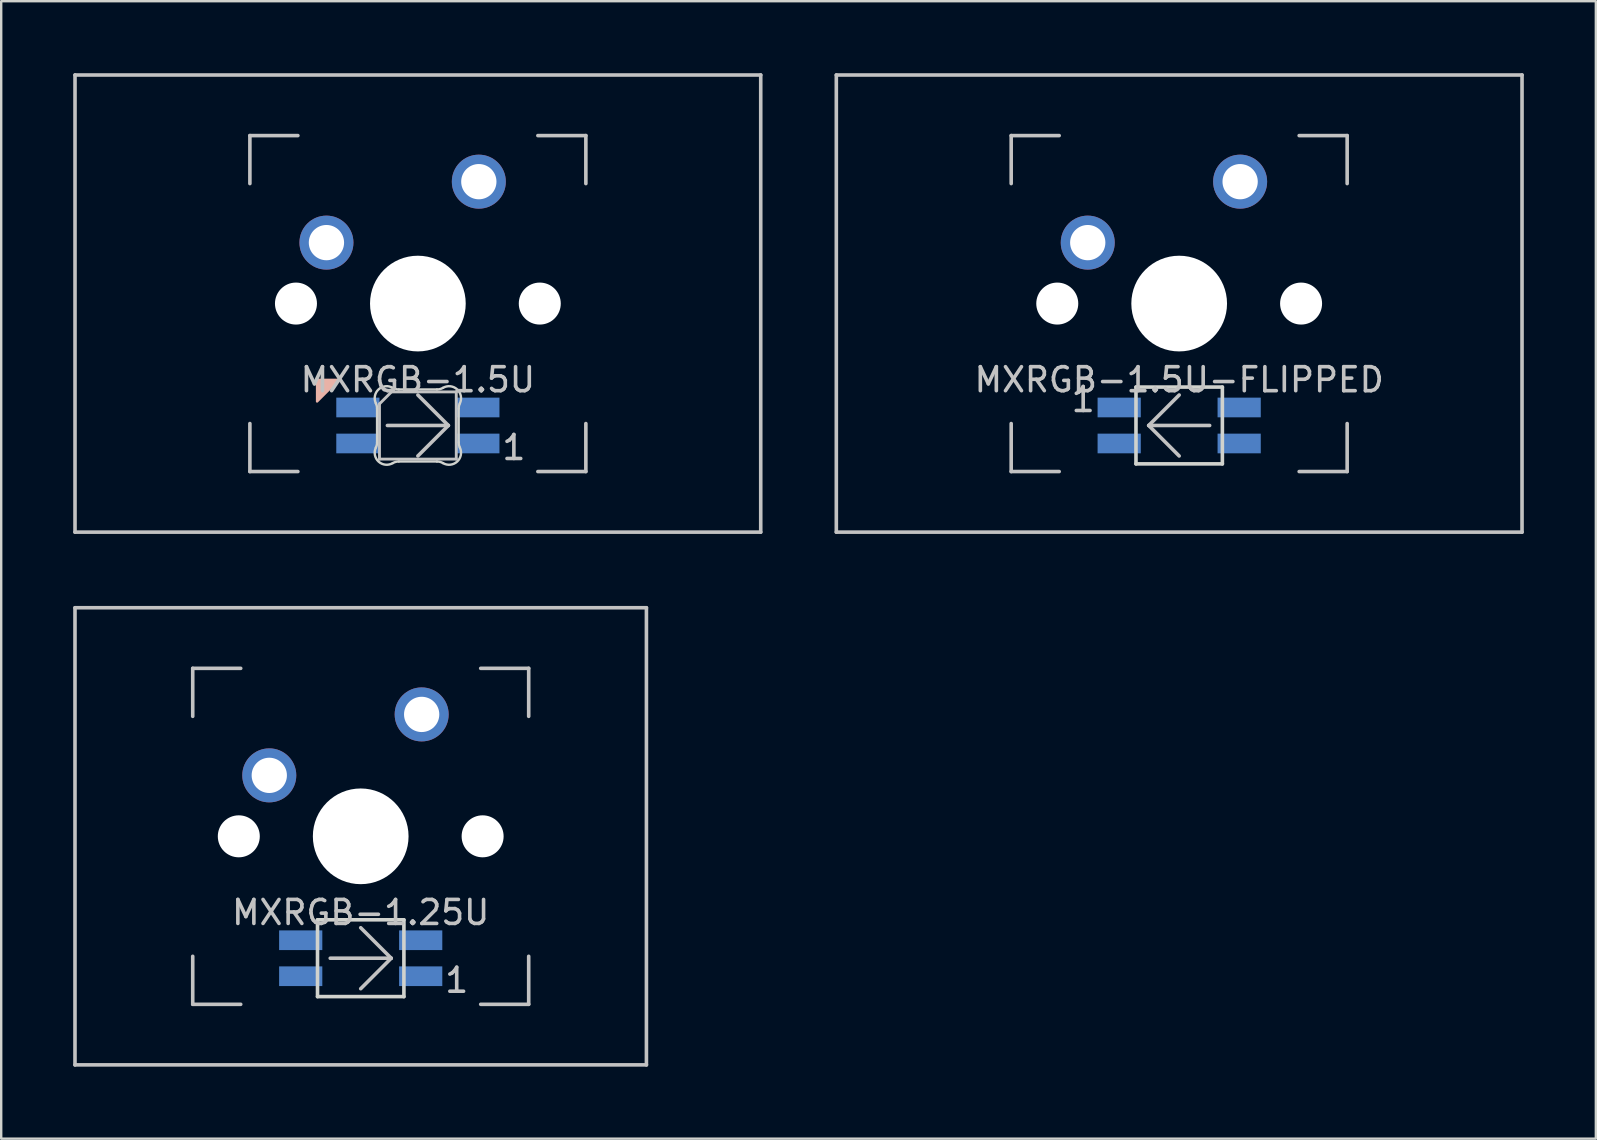
<source format=kicad_pcb>
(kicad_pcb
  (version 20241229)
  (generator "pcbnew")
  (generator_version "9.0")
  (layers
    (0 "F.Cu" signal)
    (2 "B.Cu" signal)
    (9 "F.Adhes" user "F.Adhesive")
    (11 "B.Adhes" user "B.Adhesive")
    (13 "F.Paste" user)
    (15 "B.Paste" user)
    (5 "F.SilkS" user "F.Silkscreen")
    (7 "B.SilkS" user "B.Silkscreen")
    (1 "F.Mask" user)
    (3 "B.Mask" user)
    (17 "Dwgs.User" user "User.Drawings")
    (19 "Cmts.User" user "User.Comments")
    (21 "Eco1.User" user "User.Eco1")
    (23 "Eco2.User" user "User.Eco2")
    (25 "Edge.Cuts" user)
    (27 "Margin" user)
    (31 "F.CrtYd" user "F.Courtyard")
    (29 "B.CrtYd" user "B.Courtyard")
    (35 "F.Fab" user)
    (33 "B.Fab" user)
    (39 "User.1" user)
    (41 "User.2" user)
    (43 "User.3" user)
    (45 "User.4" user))
  (footprint "MXRGB-1.25U"
    (layer "F.Cu")
    (at 11.981 31.8)
    (property "Reference" "MXRGB-1.25U" (at 0 3.175 0) (layer "Dwgs.User") (effects (font (size 1 1) (thickness 0.15))))
    (attr through_hole)
    (fp_line (start -11.906 -9.525) (end 11.906 -9.525) (stroke (width 0.15) (type solid)) (layer "Dwgs.User"))
    (fp_line (start -11.906 9.525) (end -11.906 -9.525) (stroke (width 0.15) (type solid)) (layer "Dwgs.User"))
    (fp_line (start -11.906 9.525) (end 11.906 9.525) (stroke (width 0.15) (type solid)) (layer "Dwgs.User"))
    (fp_line (start -7 -7) (end -7 -5) (stroke (width 0.15) (type solid)) (layer "Dwgs.User"))
    (fp_line (start -7 5) (end -7 7) (stroke (width 0.15) (type solid)) (layer "Dwgs.User"))
    (fp_line (start -7 7) (end -5 7) (stroke (width 0.15) (type solid)) (layer "Dwgs.User"))
    (fp_line (start -5 -7) (end -7 -7) (stroke (width 0.15) (type solid)) (layer "Dwgs.User"))
    (fp_line (start -1.27 5.08) (end 1.27 5.08) (stroke (width 0.15) (type solid)) (layer "Dwgs.User"))
    (fp_line (start 1.27 5.08) (end 0 3.81) (stroke (width 0.15) (type solid)) (layer "Dwgs.User"))
    (fp_line (start 1.27 5.08) (end 0 6.35) (stroke (width 0.15) (type solid)) (layer "Dwgs.User"))
    (fp_line (start 5 -7) (end 7 -7) (stroke (width 0.15) (type solid)) (layer "Dwgs.User"))
    (fp_line (start 5 7) (end 7 7) (stroke (width 0.15) (type solid)) (layer "Dwgs.User"))
    (fp_line (start 7 -7) (end 7 -5) (stroke (width 0.15) (type solid)) (layer "Dwgs.User"))
    (fp_line (start 7 7) (end 7 5) (stroke (width 0.15) (type solid)) (layer "Dwgs.User"))
    (fp_line (start 11.906 -9.525) (end 11.906 9.525) (stroke (width 0.15) (type solid)) (layer "Dwgs.User"))
    (fp_line (start -1.8 3.48) (end -1.8 6.68) (stroke (width 0.15) (type solid)) (layer "Edge.Cuts"))
    (fp_line (start -1.8 3.48) (end 1.8 3.48) (stroke (width 0.15) (type solid)) (layer "Edge.Cuts"))
    (fp_line (start 1.8 3.48) (end 1.8 6.68) (stroke (width 0.15) (type solid)) (layer "Edge.Cuts"))
    (fp_line (start 1.8 6.68) (end -1.8 6.68) (stroke (width 0.15) (type solid)) (layer "Edge.Cuts"))
    (fp_text user "1" (at 4 6 0) (layer "Dwgs.User") (effects (font (size 1 1) (thickness 0.15))))
    (pad "" np_thru_hole circle (at -5.08 0 48.1) (size 1.75 1.75) (drill 1.75) (layers "*.Cu" "*.Mask"))
    (pad "" np_thru_hole circle (at 0 0) (size 3.988 3.988) (drill 3.988) (layers "*.Cu" "*.Mask"))
    (pad "" np_thru_hole circle (at 5.08 0 48.1) (size 1.75 1.75) (drill 1.75) (layers "*.Cu" "*.Mask"))
    (pad "1" thru_hole circle (at -3.81 -2.54) (size 2.25 2.25) (drill 1.47) (layers "*.Cu" "B.Mask"))
    (pad "2" thru_hole circle (at 2.54 -5.08) (size 2.25 2.25) (drill 1.47) (layers "*.Cu" "B.Mask"))
    (pad "3" smd rect (at 2.5 5.83) (size 1.8 0.82) (layers "B.Cu" "B.Mask" "B.Paste"))
    (pad "4" smd rect (at 2.5 4.33) (size 1.8 0.82) (layers "B.Cu" "B.Mask" "B.Paste"))
    (pad "5" smd rect (at -2.5 4.33) (size 1.8 0.82) (layers "B.Cu" "B.Mask" "B.Paste"))
    (pad "6" smd rect (at -2.5 5.83) (size 1.8 0.82) (layers "B.Cu" "B.Mask" "B.Paste")))
  (footprint "MXRGB-1.5U"
    (layer "F.Cu")
    (at 14.363 9.6)
    (property "Reference" "MXRGB-1.5U" (at 0 3.175 0) (layer "Dwgs.User") (effects (font (size 1 1) (thickness 0.15))))
    (attr through_hole)
    (fp_poly (pts (xy -4.2 4.08) (xy -3.3 3.18) (xy -4.2 3.18)) (stroke (width 0.1) (type solid)) (fill yes) (layer "B.SilkS"))
    (fp_line (start -14.287 -9.525) (end 14.287 -9.525) (stroke (width 0.15) (type solid)) (layer "Dwgs.User"))
    (fp_line (start -14.287 9.525) (end -14.287 -9.525) (stroke (width 0.15) (type solid)) (layer "Dwgs.User"))
    (fp_line (start -14.287 9.525) (end 14.287 9.525) (stroke (width 0.15) (type solid)) (layer "Dwgs.User"))
    (fp_line (start -7 -7) (end -7 -5) (stroke (width 0.15) (type solid)) (layer "Dwgs.User"))
    (fp_line (start -7 5) (end -7 7) (stroke (width 0.15) (type solid)) (layer "Dwgs.User"))
    (fp_line (start -7 7) (end -5 7) (stroke (width 0.15) (type solid)) (layer "Dwgs.User"))
    (fp_line (start -5 -7) (end -7 -7) (stroke (width 0.15) (type solid)) (layer "Dwgs.User"))
    (fp_line (start -1.6 4.18) (end -1.6 6.48) (stroke (width 0.12) (type solid)) (layer "Dwgs.User"))
    (fp_line (start -1.6 4.18) (end -1.1 3.68) (stroke (width 0.12) (type solid)) (layer "Dwgs.User"))
    (fp_line (start -1.6 6.48) (end 1.6 6.48) (stroke (width 0.12) (type solid)) (layer "Dwgs.User"))
    (fp_line (start -1.27 5.08) (end 1.27 5.08) (stroke (width 0.15) (type solid)) (layer "Dwgs.User"))
    (fp_line (start 1.27 5.08) (end 0 3.81) (stroke (width 0.15) (type solid)) (layer "Dwgs.User"))
    (fp_line (start 1.27 5.08) (end 0 6.35) (stroke (width 0.15) (type solid)) (layer "Dwgs.User"))
    (fp_line (start 1.6 3.68) (end -1.1 3.68) (stroke (width 0.12) (type solid)) (layer "Dwgs.User"))
    (fp_line (start 1.6 6.48) (end 1.6 3.68) (stroke (width 0.12) (type solid)) (layer "Dwgs.User"))
    (fp_line (start 5 -7) (end 7 -7) (stroke (width 0.15) (type solid)) (layer "Dwgs.User"))
    (fp_line (start 5 7) (end 7 7) (stroke (width 0.15) (type solid)) (layer "Dwgs.User"))
    (fp_line (start 7 -7) (end 7 -5) (stroke (width 0.15) (type solid)) (layer "Dwgs.User"))
    (fp_line (start 7 7) (end 7 5) (stroke (width 0.15) (type solid)) (layer "Dwgs.User"))
    (fp_line (start 14.287 -9.525) (end 14.287 9.525) (stroke (width 0.15) (type solid)) (layer "Dwgs.User"))
    (fp_line (start -1.7 5.783) (end -1.7 4.377) (stroke (width 0.1) (type solid)) (layer "Edge.Cuts"))
    (fp_line (start -0.794 3.58) (end 0.794 3.58) (stroke (width 0.1) (type solid)) (layer "Edge.Cuts"))
    (fp_line (start 0.794 6.58) (end -0.794 6.58) (stroke (width 0.1) (type solid)) (layer "Edge.Cuts"))
    (fp_line (start 1.7 4.377) (end 1.7 5.783) (stroke (width 0.1) (type solid)) (layer "Edge.Cuts"))
    (fp_arc (start -1.749484 4.160281) (mid -1.712527 4.265933) (end -1.699999 4.377159) (stroke (width 0.1) (type solid)) (layer "Edge.Cuts"))
    (fp_arc (start -1.749484 4.160282) (mid -1.638072 3.575966) (end -1.046711 3.511702) (stroke (width 0.1) (type solid)) (layer "Edge.Cuts"))
    (fp_arc (start -1.699999 5.782844) (mid -1.712527 5.894069) (end -1.749484 5.999721) (stroke (width 0.1) (type solid)) (layer "Edge.Cuts"))
    (fp_arc (start -1.046711 6.648299) (mid -1.638071 6.584035) (end -1.749484 5.999721) (stroke (width 0.1) (type solid)) (layer "Edge.Cuts"))
    (fp_arc (start -1.046711 6.648299) (mid -0.925123 6.597377) (end -0.794453 6.58) (stroke (width 0.1) (type solid)) (layer "Edge.Cuts"))
    (fp_arc (start -0.794452 3.580001) (mid -0.925123 3.562624) (end -1.046711 3.511702) (stroke (width 0.1) (type solid)) (layer "Edge.Cuts"))
    (fp_arc (start 0.794453 6.580001) (mid 0.925123 6.597378) (end 1.046711 6.6483) (stroke (width 0.1) (type solid)) (layer "Edge.Cuts"))
    (fp_arc (start 1.04671 3.511702) (mid 0.925122 3.562624) (end 0.794452 3.580001) (stroke (width 0.1) (type solid)) (layer "Edge.Cuts"))
    (fp_arc (start 1.046711 3.511704) (mid 1.63807 3.575967) (end 1.749484 4.160281) (stroke (width 0.1) (type solid)) (layer "Edge.Cuts"))
    (fp_arc (start 1.699999 4.377158) (mid 1.712527 4.265933) (end 1.749484 4.160281) (stroke (width 0.1) (type solid)) (layer "Edge.Cuts"))
    (fp_arc (start 1.749484 5.999721) (mid 1.638071 6.584036) (end 1.046711 6.6483) (stroke (width 0.1) (type solid)) (layer "Edge.Cuts"))
    (fp_arc (start 1.749484 5.999721) (mid 1.712527 5.894069) (end 1.699999 5.782843) (stroke (width 0.1) (type solid)) (layer "Edge.Cuts"))
    (fp_text user "1" (at 4 6 0) (layer "Dwgs.User") (effects (font (size 1 1) (thickness 0.15))))
    (pad "" np_thru_hole circle (at -5.08 0 48.1) (size 1.75 1.75) (drill 1.75) (layers "*.Cu" "*.Mask"))
    (pad "" np_thru_hole circle (at 0 0) (size 3.988 3.988) (drill 3.988) (layers "*.Cu" "*.Mask"))
    (pad "" np_thru_hole circle (at 5.08 0 48.1) (size 1.75 1.75) (drill 1.75) (layers "*.Cu" "*.Mask"))
    (pad "1" thru_hole circle (at -3.81 -2.54) (size 2.25 2.25) (drill 1.47) (layers "*.Cu" "B.Mask"))
    (pad "2" thru_hole circle (at 2.54 -5.08) (size 2.25 2.25) (drill 1.47) (layers "*.Cu" "B.Mask"))
    (pad "3" smd rect (at 2.5 5.83) (size 1.8 0.82) (layers "B.Cu" "B.Mask" "B.Paste"))
    (pad "4" smd rect (at 2.5 4.33) (size 1.8 0.82) (layers "B.Cu" "B.Mask" "B.Paste"))
    (pad "5" smd rect (at -2.5 4.33) (size 1.8 0.82) (layers "B.Cu" "B.Mask" "B.Paste"))
    (pad "6" smd rect (at -2.5 5.83) (size 1.8 0.82) (layers "B.Cu" "B.Mask" "B.Paste")))
  (footprint "MXRGB-1.5U-FLIPPED"
    (layer "F.Cu")
    (at 46.087 9.6)
    (property "Reference" "MXRGB-1.5U-FLIPPED" (at 0 3.175 0) (layer "Dwgs.User") (effects (font (size 1 1) (thickness 0.15))))
    (attr through_hole)
    (fp_line (start -14.287 -9.525) (end 14.287 -9.525) (stroke (width 0.15) (type solid)) (layer "Dwgs.User"))
    (fp_line (start -14.287 9.525) (end -14.287 -9.525) (stroke (width 0.15) (type solid)) (layer "Dwgs.User"))
    (fp_line (start -14.287 9.525) (end 14.287 9.525) (stroke (width 0.15) (type solid)) (layer "Dwgs.User"))
    (fp_line (start -7 -7) (end -7 -5) (stroke (width 0.15) (type solid)) (layer "Dwgs.User"))
    (fp_line (start -7 5) (end -7 7) (stroke (width 0.15) (type solid)) (layer "Dwgs.User"))
    (fp_line (start -7 7) (end -5 7) (stroke (width 0.15) (type solid)) (layer "Dwgs.User"))
    (fp_line (start -5 -7) (end -7 -7) (stroke (width 0.15) (type solid)) (layer "Dwgs.User"))
    (fp_line (start -1.27 5.08) (end 0 3.81) (stroke (width 0.15) (type solid)) (layer "Dwgs.User"))
    (fp_line (start -1.27 5.08) (end 0 6.35) (stroke (width 0.15) (type solid)) (layer "Dwgs.User"))
    (fp_line (start -1.27 5.08) (end 1.27 5.08) (stroke (width 0.15) (type solid)) (layer "Dwgs.User"))
    (fp_line (start 5 -7) (end 7 -7) (stroke (width 0.15) (type solid)) (layer "Dwgs.User"))
    (fp_line (start 5 7) (end 7 7) (stroke (width 0.15) (type solid)) (layer "Dwgs.User"))
    (fp_line (start 7 -7) (end 7 -5) (stroke (width 0.15) (type solid)) (layer "Dwgs.User"))
    (fp_line (start 7 7) (end 7 5) (stroke (width 0.15) (type solid)) (layer "Dwgs.User"))
    (fp_line (start 14.287 -9.525) (end 14.287 9.525) (stroke (width 0.15) (type solid)) (layer "Dwgs.User"))
    (fp_line (start -1.8 3.48) (end -1.8 6.68) (stroke (width 0.15) (type solid)) (layer "Edge.Cuts"))
    (fp_line (start -1.8 3.48) (end 1.8 3.48) (stroke (width 0.15) (type solid)) (layer "Edge.Cuts"))
    (fp_line (start 1.8 3.48) (end 1.8 6.68) (stroke (width 0.15) (type solid)) (layer "Edge.Cuts"))
    (fp_line (start 1.8 6.68) (end -1.8 6.68) (stroke (width 0.15) (type solid)) (layer "Edge.Cuts"))
    (fp_text user "1" (at -4 4 0) (layer "Dwgs.User") (effects (font (size 1 1) (thickness 0.15))))
    (pad "" np_thru_hole circle (at -5.08 0 48.1) (size 1.75 1.75) (drill 1.75) (layers "*.Cu" "*.Mask"))
    (pad "" np_thru_hole circle (at 0 0) (size 3.988 3.988) (drill 3.988) (layers "*.Cu" "*.Mask"))
    (pad "" np_thru_hole circle (at 5.08 0 48.1) (size 1.75 1.75) (drill 1.75) (layers "*.Cu" "*.Mask"))
    (pad "1" thru_hole circle (at -3.81 -2.54) (size 2.25 2.25) (drill 1.47) (layers "*.Cu" "B.Mask"))
    (pad "2" thru_hole circle (at 2.54 -5.08) (size 2.25 2.25) (drill 1.47) (layers "*.Cu" "B.Mask"))
    (pad "3" smd rect (at -2.5 4.33) (size 1.8 0.82) (layers "B.Cu" "B.Mask" "B.Paste"))
    (pad "4" smd rect (at -2.5 5.83) (size 1.8 0.82) (layers "B.Cu" "B.Mask" "B.Paste"))
    (pad "5" smd rect (at 2.5 5.83) (size 1.8 0.82) (layers "B.Cu" "B.Mask" "B.Paste"))
    (pad "6" smd rect (at 2.5 4.33) (size 1.8 0.82) (layers "B.Cu" "B.Mask" "B.Paste")))
  (gr_rect
    (start -3 -3)
    (end 63.45 44.4)
    (stroke (width 0.1) (type default))
    (fill no)
    (layer "Edge.Cuts")))
</source>
